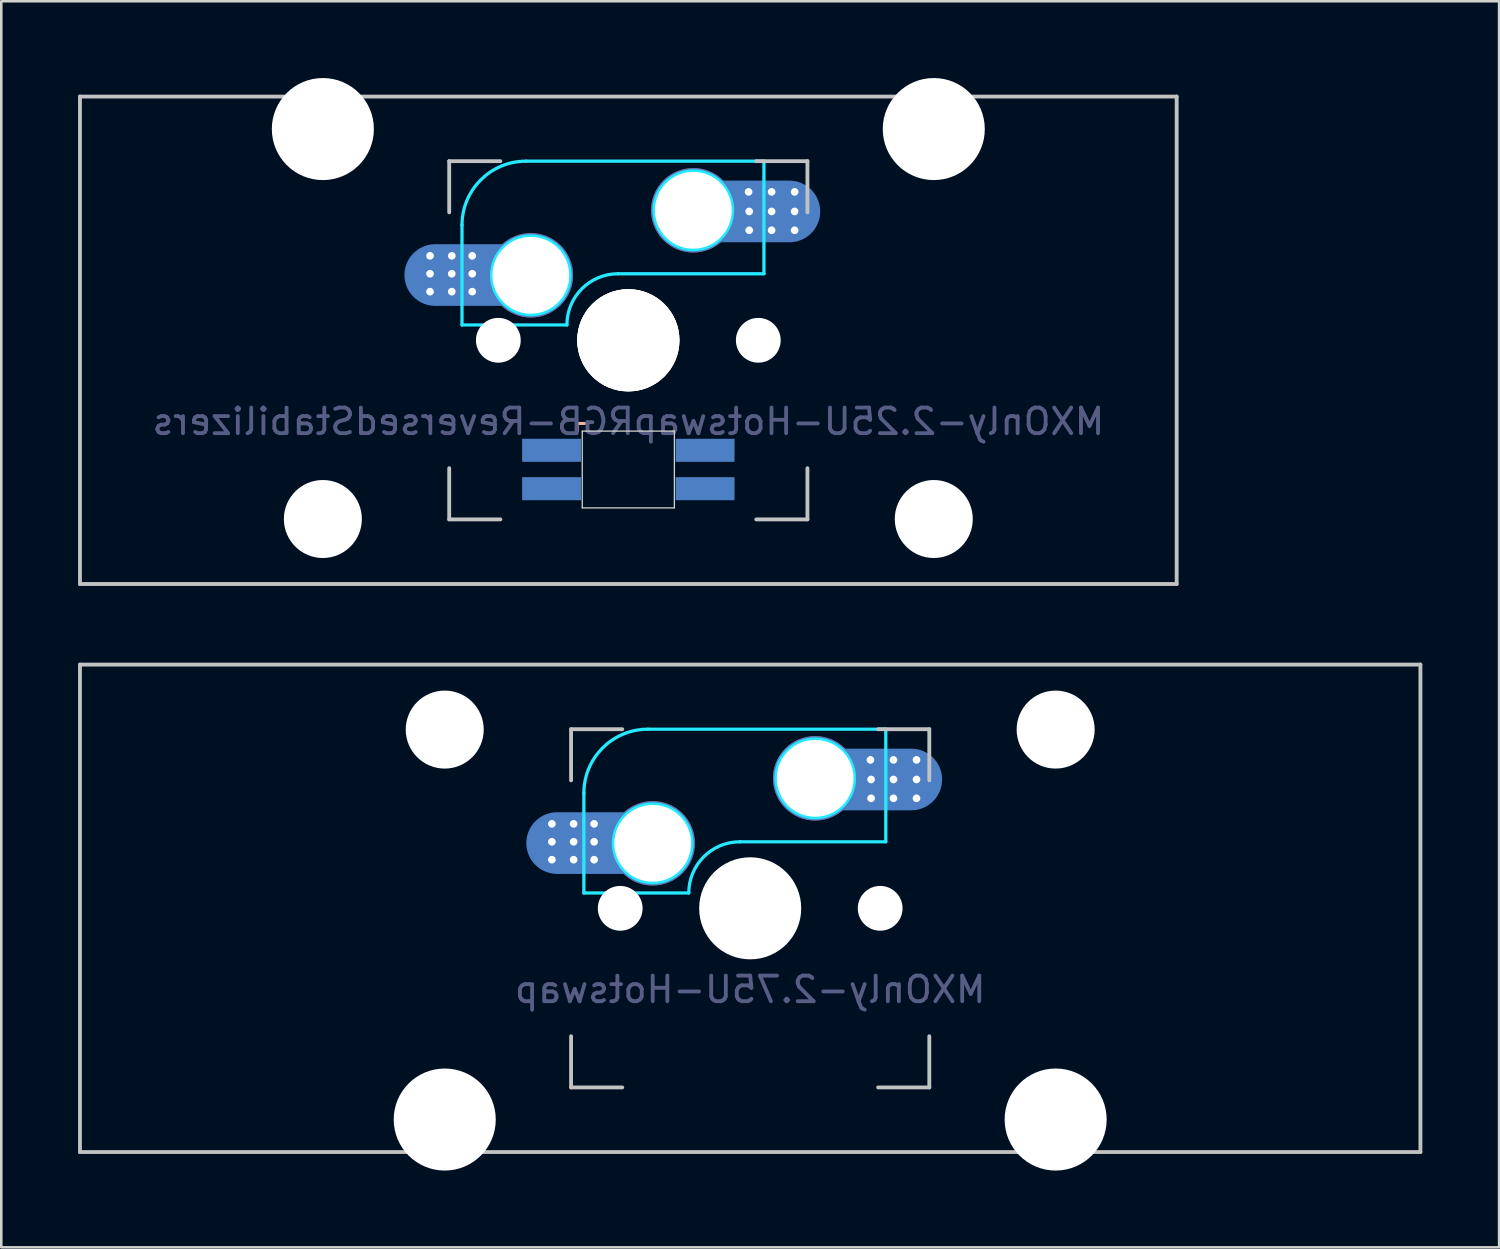
<source format=kicad_pcb>
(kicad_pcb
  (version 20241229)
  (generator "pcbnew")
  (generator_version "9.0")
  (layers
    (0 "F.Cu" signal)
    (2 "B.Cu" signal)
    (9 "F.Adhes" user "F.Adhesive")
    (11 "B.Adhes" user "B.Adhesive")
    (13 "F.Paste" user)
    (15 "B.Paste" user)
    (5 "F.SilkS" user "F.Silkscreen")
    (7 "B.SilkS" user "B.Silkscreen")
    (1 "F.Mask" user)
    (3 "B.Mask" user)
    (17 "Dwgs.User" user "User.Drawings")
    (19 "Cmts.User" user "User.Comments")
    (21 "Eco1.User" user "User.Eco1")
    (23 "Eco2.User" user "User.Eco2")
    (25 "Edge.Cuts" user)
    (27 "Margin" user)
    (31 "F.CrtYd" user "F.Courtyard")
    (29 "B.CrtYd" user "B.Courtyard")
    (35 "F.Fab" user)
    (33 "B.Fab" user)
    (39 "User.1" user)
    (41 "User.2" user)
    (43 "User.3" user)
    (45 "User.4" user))
  (footprint "MXOnly-2.25U-HotswapRGB-ReversedStabilizers"
    (layer "F.Cu")
    (at 21.506 10.249)
    (property "Reference" "MXOnly-2.25U-HotswapRGB-ReversedStabilizers" (at 0 3.175 0) (layer "B.Fab") (effects (font (size 1 1) (thickness 0.15)) (justify mirror)))
    (attr smd)
    (fp_line (start -2 3.25) (end -2 3.55) (stroke (width 0.12) (type solid)) (layer "B.SilkS"))
    (fp_line (start -1.7 3.25) (end -2 3.25) (stroke (width 0.12) (type solid)) (layer "B.SilkS"))
    (fp_line (start -21.431 -9.525) (end 21.431 -9.525) (stroke (width 0.15) (type solid)) (layer "Dwgs.User"))
    (fp_line (start -21.431 9.525) (end -21.431 -9.525) (stroke (width 0.15) (type solid)) (layer "Dwgs.User"))
    (fp_line (start -7 -7) (end -7 -5) (stroke (width 0.15) (type solid)) (layer "Dwgs.User"))
    (fp_line (start -7 5) (end -7 7) (stroke (width 0.15) (type solid)) (layer "Dwgs.User"))
    (fp_line (start -7 7) (end -5 7) (stroke (width 0.15) (type solid)) (layer "Dwgs.User"))
    (fp_line (start -5 -7) (end -7 -7) (stroke (width 0.15) (type solid)) (layer "Dwgs.User"))
    (fp_line (start 5 -7) (end 7 -7) (stroke (width 0.15) (type solid)) (layer "Dwgs.User"))
    (fp_line (start 5 7) (end 7 7) (stroke (width 0.15) (type solid)) (layer "Dwgs.User"))
    (fp_line (start 7 -5) (end 7 -7) (stroke (width 0.15) (type solid)) (layer "Dwgs.User"))
    (fp_line (start 7 7) (end 7 5) (stroke (width 0.15) (type solid)) (layer "Dwgs.User"))
    (fp_line (start 21.431 -9.525) (end 21.431 9.525) (stroke (width 0.15) (type solid)) (layer "Dwgs.User"))
    (fp_line (start 21.431 9.525) (end -21.431 9.525) (stroke (width 0.15) (type solid)) (layer "Dwgs.User"))
    (fp_line (start -1.8 3.55) (end -1.8 6.55) (stroke (width 0.05) (type default)) (layer "Edge.Cuts"))
    (fp_line (start -1.8 3.55) (end 1.8 3.55) (stroke (width 0.05) (type solid)) (layer "Edge.Cuts"))
    (fp_line (start 1.8 3.55) (end 1.8 6.55) (stroke (width 0.05) (type default)) (layer "Edge.Cuts"))
    (fp_line (start 1.8 6.55) (end -1.8 6.55) (stroke (width 0.05) (type solid)) (layer "Edge.Cuts"))
    (fp_line (start -6.5 -4.5) (end -6.5 -0.6) (stroke (width 0.127) (type solid)) (layer "B.CrtYd"))
    (fp_line (start -6.5 -0.6) (end -2.4 -0.6) (stroke (width 0.127) (type solid)) (layer "B.CrtYd"))
    (fp_line (start -0.4 -2.6) (end 5.3 -2.6) (stroke (width 0.127) (type solid)) (layer "B.CrtYd"))
    (fp_line (start 5.3 -7) (end -4 -7) (stroke (width 0.127) (type solid)) (layer "B.CrtYd"))
    (fp_line (start 5.3 -7) (end 5.3 -2.6) (stroke (width 0.127) (type solid)) (layer "B.CrtYd"))
    (fp_arc (start -6.5 -4.5) (mid -5.767767 -6.267767) (end -4 -7) (stroke (width 0.127) (type solid)) (layer "B.CrtYd"))
    (fp_arc (start -2.4 -0.6) (mid -1.814214 -2.014214) (end -0.4 -2.6) (stroke (width 0.127) (type solid)) (layer "B.CrtYd"))
    (fp_circle (center -3.81 -2.54) (end -2.286 -2.54) (stroke (width 0.15) (type solid)) (fill no) (layer "B.CrtYd"))
    (fp_circle (center 2.54 -5.08) (end 2.54 -6.604) (stroke (width 0.15) (type solid)) (fill no) (layer "B.CrtYd"))
    (pad "" np_thru_hole circle (at -11.938 -8.255) (size 3.988 3.988) (drill 3.988) (layers "*.Cu" "*.Mask"))
    (pad "" np_thru_hole circle (at -11.938 6.985) (size 3.048 3.048) (drill 3.048) (layers "*.Cu" "*.Mask"))
    (pad "" np_thru_hole circle (at -5.08 0 48.1) (size 1.75 1.75) (drill 1.75) (layers "*.Cu" "*.Mask"))
    (pad "" np_thru_hole circle (at 0 0) (size 3.988 3.988) (drill 3.988) (layers "*.Cu" "*.Mask"))
    (pad "" np_thru_hole circle (at 0 0) (size 3.988 3.988) (drill 3.988) (layers "*.Cu" "*.Mask"))
    (pad "" np_thru_hole circle (at 0 0) (size 4 4) (drill 4) (layers "*.Cu" "*.Mask"))
    (pad "" np_thru_hole circle (at 5.08 0 48.1) (size 1.75 1.75) (drill 1.75) (layers "*.Cu" "*.Mask"))
    (pad "" np_thru_hole circle (at 11.938 -8.255) (size 3.988 3.988) (drill 3.988) (layers "*.Cu" "*.Mask"))
    (pad "" np_thru_hole circle (at 11.938 6.985) (size 3.048 3.048) (drill 3.048) (layers "*.Cu" "*.Mask"))
    (pad "1" thru_hole circle (at 2.54 -5.08) (size 3.3 3.3) (drill 3) (layers "*.Cu" "B.Mask"))
    (pad "1" thru_hole circle (at 4.7 -5.8) (size 0.4 0.4) (drill 0.3) (layers "*.Cu" "B.Mask"))
    (pad "1" thru_hole circle (at 4.725 -5.035) (size 0.4 0.4) (drill 0.3) (layers "*.Cu" "B.Mask"))
    (pad "1" thru_hole circle (at 4.725 -4.3) (size 0.4 0.4) (drill 0.3) (layers "*.Cu" "B.Mask"))
    (pad "1" smd oval (at 4.75 -5.035) (size 5.5 2.41) (layers "B.Cu" "B.Mask" "B.Paste"))
    (pad "1" thru_hole circle (at 5.6 -5.8) (size 0.4 0.4) (drill 0.3) (layers "*.Cu" "B.Mask"))
    (pad "1" thru_hole circle (at 5.6 -5.035) (size 0.4 0.4) (drill 0.3) (layers "*.Cu" "B.Mask"))
    (pad "1" thru_hole circle (at 5.6 -4.3) (size 0.4 0.4) (drill 0.3) (layers "*.Cu" "B.Mask"))
    (pad "1" thru_hole circle (at 6.5 -5.8) (size 0.4 0.4) (drill 0.3) (layers "*.Cu" "B.Mask"))
    (pad "1" thru_hole circle (at 6.5 -5.035) (size 0.4 0.4) (drill 0.3) (layers "*.Cu" "B.Mask"))
    (pad "1" thru_hole circle (at 6.5 -4.3) (size 0.4 0.4) (drill 0.3) (layers "*.Cu" "B.Mask"))
    (pad "2" thru_hole circle (at -7.75 -3.3) (size 0.4 0.4) (drill 0.3) (layers "*.Cu" "B.Mask"))
    (pad "2" thru_hole circle (at -7.75 -2.6) (size 0.4 0.4) (drill 0.3) (layers "*.Cu" "B.Mask"))
    (pad "2" thru_hole circle (at -7.75 -1.9) (size 0.4 0.4) (drill 0.3) (layers "*.Cu" "B.Mask"))
    (pad "2" thru_hole circle (at -6.9 -3.3) (size 0.4 0.4) (drill 0.3) (layers "*.Cu" "B.Mask"))
    (pad "2" thru_hole circle (at -6.9 -2.6) (size 0.4 0.4) (drill 0.3) (layers "*.Cu" "B.Mask"))
    (pad "2" thru_hole circle (at -6.9 -1.9) (size 0.4 0.4) (drill 0.3) (layers "*.Cu" "B.Mask"))
    (pad "2" thru_hole circle (at -6.1 -3.3) (size 0.4 0.4) (drill 0.3) (layers "*.Cu" "B.Mask"))
    (pad "2" thru_hole circle (at -6.1 -2.6) (size 0.4 0.4) (drill 0.3) (layers "*.Cu" "B.Mask"))
    (pad "2" thru_hole circle (at -6.1 -1.9) (size 0.4 0.4) (drill 0.3) (layers "*.Cu" "B.Mask"))
    (pad "2" smd oval (at -6 -2.55) (size 5.5 2.41) (layers "B.Cu" "B.Mask" "B.Paste"))
    (pad "2" thru_hole circle (at -3.81 -2.54) (size 3.3 3.3) (drill 3) (layers "*.Cu" "B.Mask"))
    (pad "3" smd rect (at -3 4.3) (size 2.3 0.9) (layers "B.Cu" "B.Mask" "B.Paste"))
    (pad "4" smd rect (at -3 5.8) (size 2.3 0.9) (layers "B.Cu" "B.Mask" "B.Paste"))
    (pad "5" smd rect (at 3 4.3) (size 2.3 0.9) (layers "B.Cu" "B.Mask" "B.Paste"))
    (pad "6" smd rect (at 3 5.8) (size 2.3 0.9) (layers "B.Cu" "B.Mask" "B.Paste")))
  (footprint "MXOnly-2.75U-Hotswap"
    (layer "F.Cu")
    (at 26.269 32.449)
    (property "Reference" "MXOnly-2.75U-Hotswap" (at 0 3.175 0) (layer "B.Fab") (effects (font (size 1 1) (thickness 0.15)) (justify mirror)))
    (attr smd)
    (fp_line (start -26.194 -9.525) (end 26.194 -9.525) (stroke (width 0.15) (type solid)) (layer "Dwgs.User"))
    (fp_line (start -26.194 9.525) (end -26.194 -9.525) (stroke (width 0.15) (type solid)) (layer "Dwgs.User"))
    (fp_line (start -7 -7) (end -7 -5) (stroke (width 0.15) (type solid)) (layer "Dwgs.User"))
    (fp_line (start -7 5) (end -7 7) (stroke (width 0.15) (type solid)) (layer "Dwgs.User"))
    (fp_line (start -7 7) (end -5 7) (stroke (width 0.15) (type solid)) (layer "Dwgs.User"))
    (fp_line (start -5 -7) (end -7 -7) (stroke (width 0.15) (type solid)) (layer "Dwgs.User"))
    (fp_line (start 5 -7) (end 7 -7) (stroke (width 0.15) (type solid)) (layer "Dwgs.User"))
    (fp_line (start 5 7) (end 7 7) (stroke (width 0.15) (type solid)) (layer "Dwgs.User"))
    (fp_line (start 7 -5) (end 7 -7) (stroke (width 0.15) (type solid)) (layer "Dwgs.User"))
    (fp_line (start 7 7) (end 7 5) (stroke (width 0.15) (type solid)) (layer "Dwgs.User"))
    (fp_line (start 26.194 -9.525) (end 26.194 9.525) (stroke (width 0.15) (type solid)) (layer "Dwgs.User"))
    (fp_line (start 26.194 9.525) (end -26.194 9.525) (stroke (width 0.15) (type solid)) (layer "Dwgs.User"))
    (fp_line (start -6.5 -4.5) (end -6.5 -0.6) (stroke (width 0.127) (type solid)) (layer "B.CrtYd"))
    (fp_line (start -6.5 -0.6) (end -2.4 -0.6) (stroke (width 0.127) (type solid)) (layer "B.CrtYd"))
    (fp_line (start -0.4 -2.6) (end 5.3 -2.6) (stroke (width 0.127) (type solid)) (layer "B.CrtYd"))
    (fp_line (start 5.3 -7) (end -4 -7) (stroke (width 0.127) (type solid)) (layer "B.CrtYd"))
    (fp_line (start 5.3 -7) (end 5.3 -2.6) (stroke (width 0.127) (type solid)) (layer "B.CrtYd"))
    (fp_arc (start -6.5 -4.5) (mid -5.767767 -6.267767) (end -4 -7) (stroke (width 0.127) (type solid)) (layer "B.CrtYd"))
    (fp_arc (start -2.4 -0.6) (mid -1.814214 -2.014214) (end -0.4 -2.6) (stroke (width 0.127) (type solid)) (layer "B.CrtYd"))
    (fp_circle (center -3.81 -2.54) (end -2.286 -2.54) (stroke (width 0.15) (type solid)) (fill no) (layer "B.CrtYd"))
    (fp_circle (center 2.54 -5.08) (end 2.54 -6.604) (stroke (width 0.15) (type solid)) (fill no) (layer "B.CrtYd"))
    (pad "" np_thru_hole circle (at -11.938 -6.985) (size 3.048 3.048) (drill 3.048) (layers "*.Cu" "*.Mask"))
    (pad "" np_thru_hole circle (at -11.938 8.255) (size 3.988 3.988) (drill 3.988) (layers "*.Cu" "*.Mask"))
    (pad "" np_thru_hole circle (at -5.08 0 48.1) (size 1.75 1.75) (drill 1.75) (layers "*.Cu" "*.Mask"))
    (pad "" np_thru_hole circle (at 0 0) (size 3.988 3.988) (drill 3.988) (layers "*.Cu" "*.Mask"))
    (pad "" np_thru_hole circle (at 5.08 0 48.1) (size 1.75 1.75) (drill 1.75) (layers "*.Cu" "*.Mask"))
    (pad "" np_thru_hole circle (at 11.938 -6.985) (size 3.048 3.048) (drill 3.048) (layers "*.Cu" "*.Mask"))
    (pad "" np_thru_hole circle (at 11.938 8.255) (size 3.988 3.988) (drill 3.988) (layers "*.Cu" "*.Mask"))
    (pad "1" thru_hole circle (at 2.54 -5.08) (size 3.3 3.3) (drill 3) (layers "*.Cu" "B.Mask"))
    (pad "1" thru_hole circle (at 4.7 -5.8) (size 0.4 0.4) (drill 0.3) (layers "*.Cu" "B.Mask"))
    (pad "1" thru_hole circle (at 4.725 -5.035) (size 0.4 0.4) (drill 0.3) (layers "*.Cu" "B.Mask"))
    (pad "1" thru_hole circle (at 4.725 -4.3) (size 0.4 0.4) (drill 0.3) (layers "*.Cu" "B.Mask"))
    (pad "1" smd oval (at 4.75 -5.035) (size 5.5 2.41) (layers "B.Cu" "B.Mask" "B.Paste"))
    (pad "1" thru_hole circle (at 5.6 -5.8) (size 0.4 0.4) (drill 0.3) (layers "*.Cu" "B.Mask"))
    (pad "1" thru_hole circle (at 5.6 -5.035) (size 0.4 0.4) (drill 0.3) (layers "*.Cu" "B.Mask"))
    (pad "1" thru_hole circle (at 5.6 -4.3) (size 0.4 0.4) (drill 0.3) (layers "*.Cu" "B.Mask"))
    (pad "1" thru_hole circle (at 6.5 -5.8) (size 0.4 0.4) (drill 0.3) (layers "*.Cu" "B.Mask"))
    (pad "1" thru_hole circle (at 6.5 -5.035) (size 0.4 0.4) (drill 0.3) (layers "*.Cu" "B.Mask"))
    (pad "1" thru_hole circle (at 6.5 -4.3) (size 0.4 0.4) (drill 0.3) (layers "*.Cu" "B.Mask"))
    (pad "2" thru_hole circle (at -7.75 -3.3) (size 0.4 0.4) (drill 0.3) (layers "*.Cu" "B.Mask"))
    (pad "2" thru_hole circle (at -7.75 -2.6) (size 0.4 0.4) (drill 0.3) (layers "*.Cu" "B.Mask"))
    (pad "2" thru_hole circle (at -7.75 -1.9) (size 0.4 0.4) (drill 0.3) (layers "*.Cu" "B.Mask"))
    (pad "2" thru_hole circle (at -6.9 -3.3) (size 0.4 0.4) (drill 0.3) (layers "*.Cu" "B.Mask"))
    (pad "2" thru_hole circle (at -6.9 -2.6) (size 0.4 0.4) (drill 0.3) (layers "*.Cu" "B.Mask"))
    (pad "2" thru_hole circle (at -6.9 -1.9) (size 0.4 0.4) (drill 0.3) (layers "*.Cu" "B.Mask"))
    (pad "2" thru_hole circle (at -6.1 -3.3) (size 0.4 0.4) (drill 0.3) (layers "*.Cu" "B.Mask"))
    (pad "2" thru_hole circle (at -6.1 -2.6) (size 0.4 0.4) (drill 0.3) (layers "*.Cu" "B.Mask"))
    (pad "2" thru_hole circle (at -6.1 -1.9) (size 0.4 0.4) (drill 0.3) (layers "*.Cu" "B.Mask"))
    (pad "2" smd oval (at -6 -2.55) (size 5.5 2.41) (layers "B.Cu" "B.Mask" "B.Paste"))
    (pad "2" thru_hole circle (at -3.81 -2.54) (size 3.3 3.3) (drill 3) (layers "*.Cu" "B.Mask")))
  (gr_rect
    (start -3 -3)
    (end 55.538 45.698)
    (stroke (width 0.1) (type default))
    (fill no)
    (layer "Edge.Cuts")))
</source>
